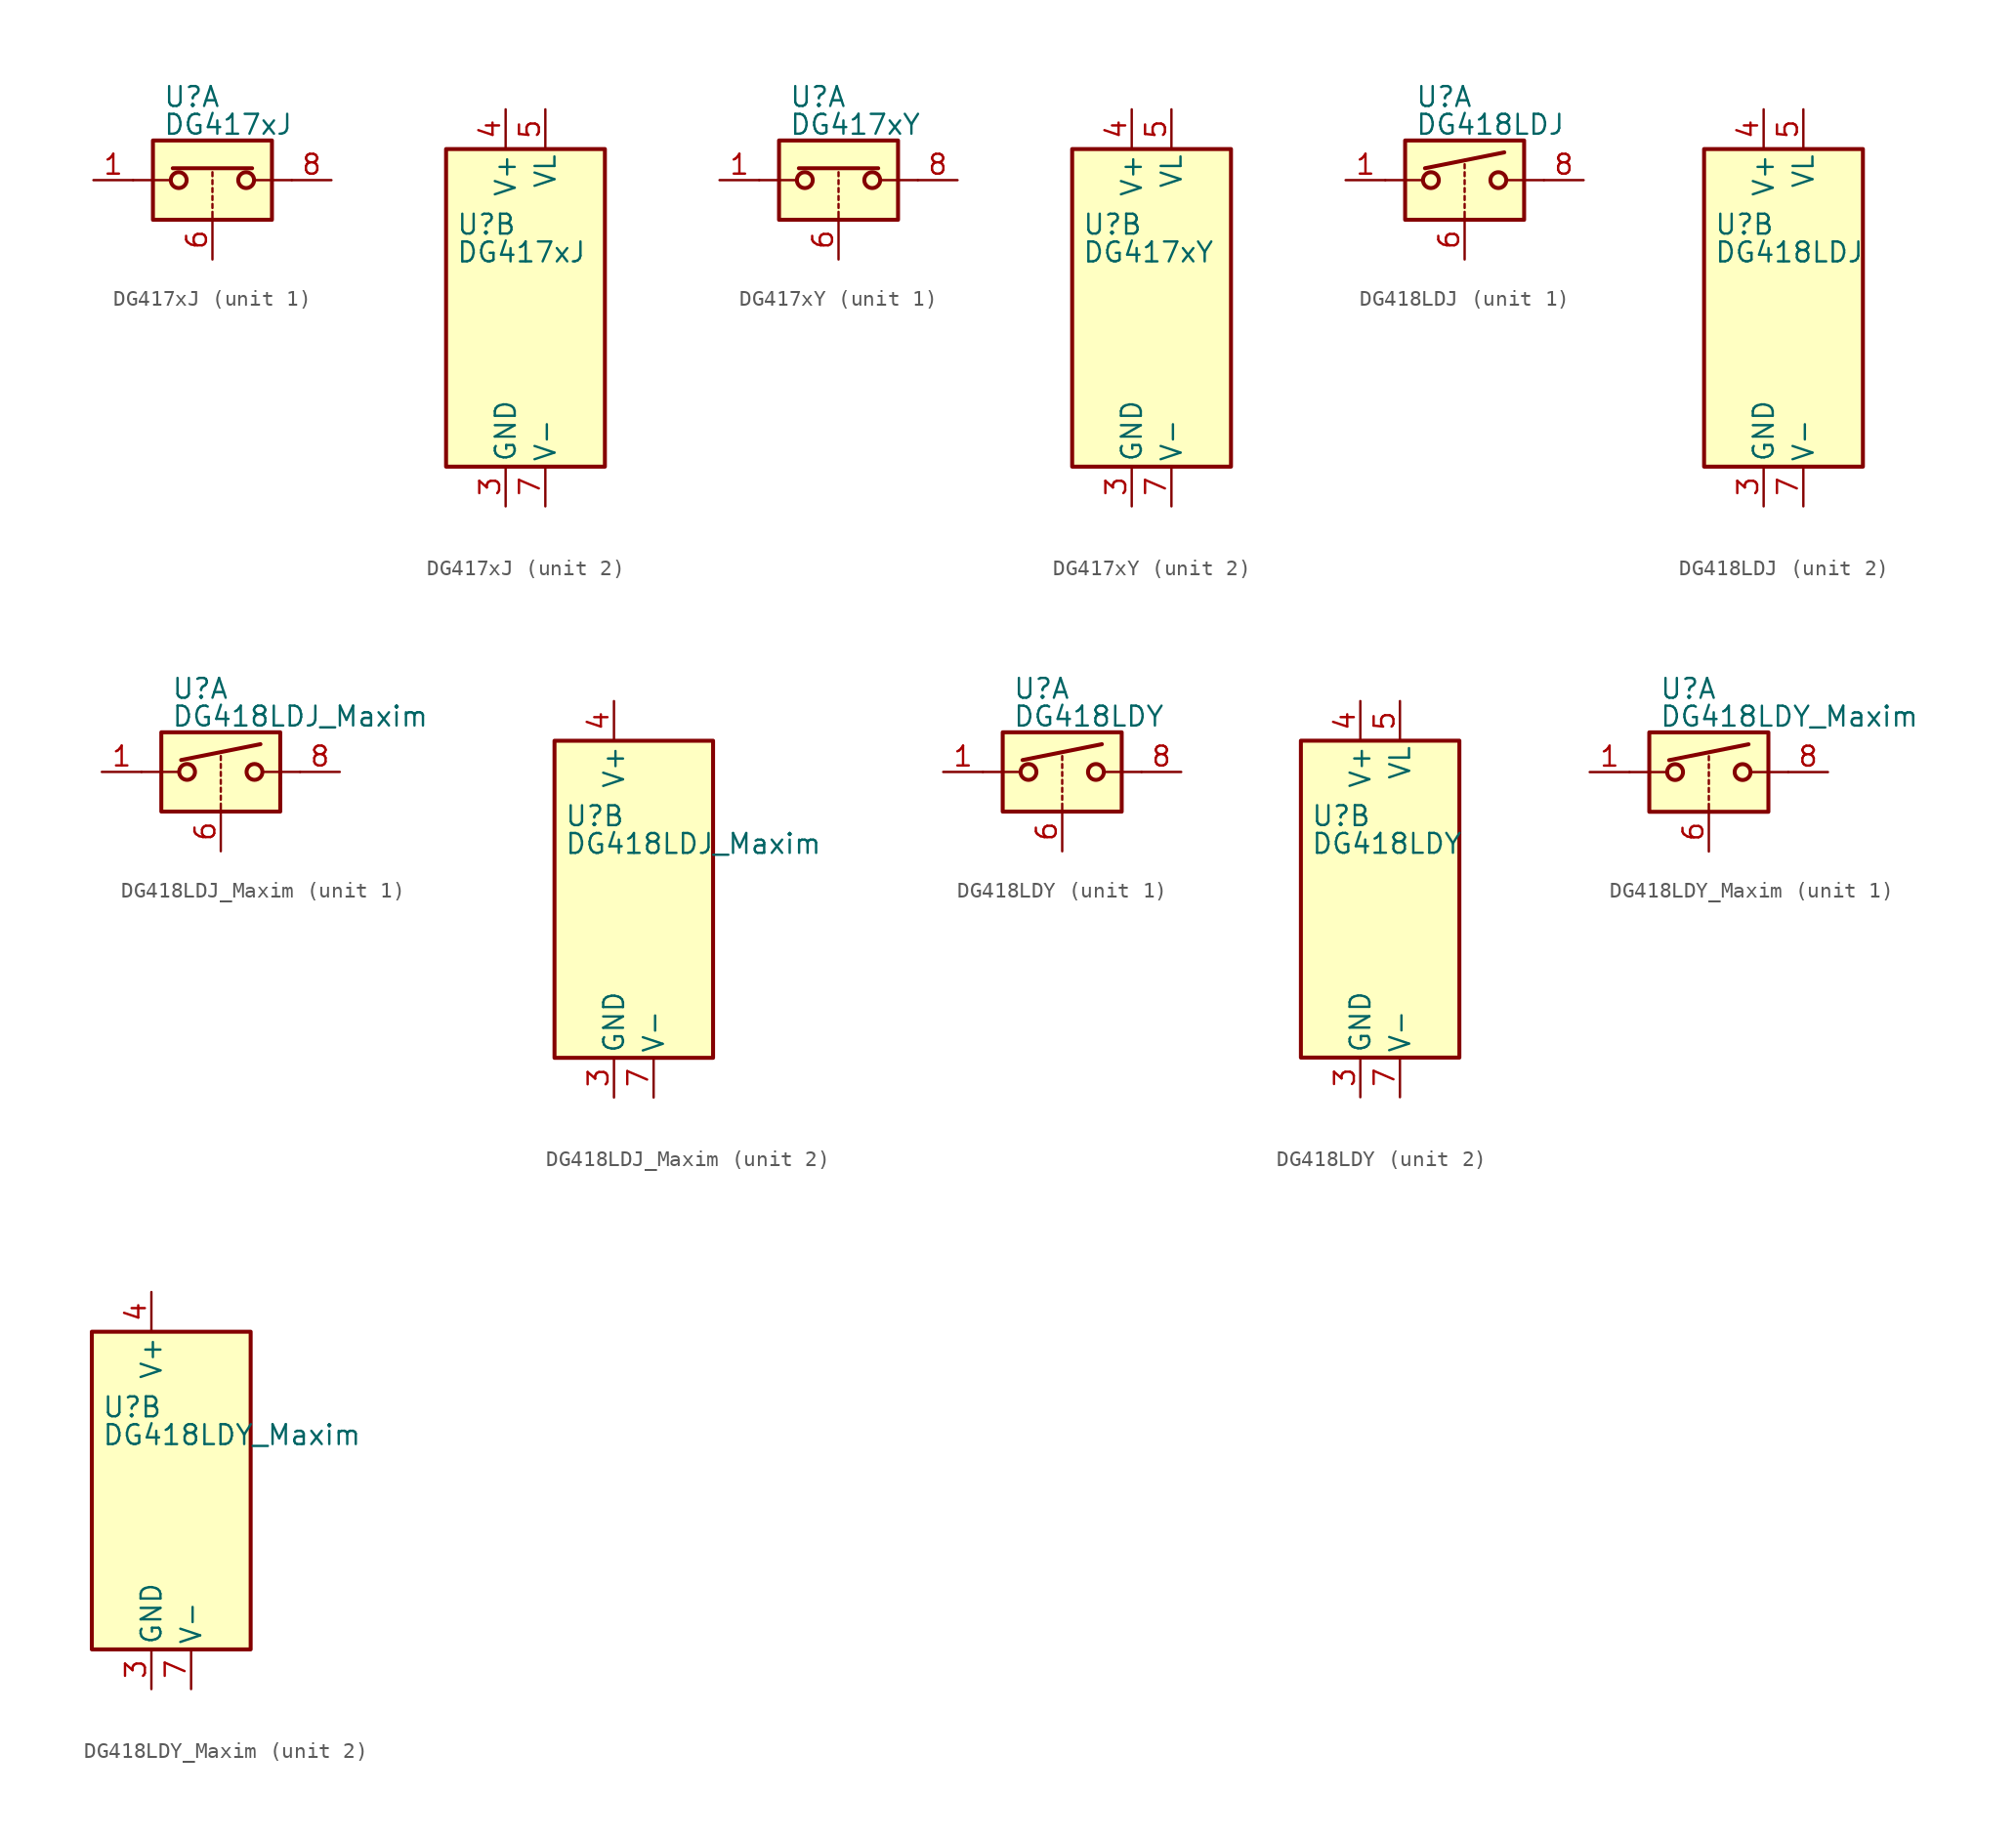
<source format=kicad_sym>
(kicad_symbol_lib
  (version 20220914)
  (generator kicad_symbol_editor)
  (symbol "DG417xJ"
    (pin_names
      (offset 0.254))
    (property "Reference" "U"
      (at -3.175 5.334 0)
      (effects (font (size 1.27 1.27)) (justify left)))
    (property "Value" "DG417xJ"
      (at -3.175 3.556 0)
      (effects (font (size 1.27 1.27)) (justify left)))
    (symbol "DG417xJ_1_1"
      (rectangle (start -3.81 2.54) (end 3.81 -2.54) (stroke (width 0.254) (type default)) (fill (type background)))
      (circle (center -2.159 0) (radius 0.508) (stroke (width 0.254) (type default)) (fill (type none)))
      (polyline (pts (xy -5.08 0) (xy -2.794 0)) (stroke (width 0) (type default)) (fill (type none)))
      (polyline (pts (xy -2.54 0.762) (xy 2.54 0.762)) (stroke (width 0.254) (type default)) (fill (type none)))
      (polyline (pts (xy 0 -2.54) (xy 0 -2.032)) (stroke (width 0) (type default)) (fill (type none)))
      (polyline (pts (xy 0 -1.778) (xy 0 -1.524)) (stroke (width 0) (type default)) (fill (type none)))
      (polyline (pts (xy 0 -1.27) (xy 0 -1.016)) (stroke (width 0) (type default)) (fill (type none)))
      (polyline (pts (xy 0 -0.762) (xy 0 -0.508)) (stroke (width 0) (type default)) (fill (type none)))
      (polyline (pts (xy 0 -0.254) (xy 0 0)) (stroke (width 0) (type default)) (fill (type none)))
      (polyline (pts (xy 0 0.254) (xy 0 0.508)) (stroke (width 0) (type default)) (fill (type none)))
      (polyline (pts (xy 5.08 0) (xy 2.794 0)) (stroke (width 0) (type default)) (fill (type none)))
      (circle (center 2.159 0) (radius 0.508) (stroke (width 0.254) (type default)) (fill (type none)))
      (pin passive line (at -7.62 0 0) (length 2.54) (name "~" (effects (font (size 1.27 1.27)))) (number "1" (effects (font (size 1.27 1.27)))))
      (pin input line (at 0 -5.08 90) (length 2.54) (name "~" (effects (font (size 1.27 1.27)))) (number "6" (effects (font (size 1.27 1.27)))))
      (pin passive line (at 7.62 0 180) (length 2.54) (name "~" (effects (font (size 1.27 1.27)))) (number "8" (effects (font (size 1.27 1.27))))))
    (symbol "DG417xJ_2_0"
      (pin no_connect line (at -2.54 10.16 270) (length 2.54) hide (name "NC" (effects (font (size 1.27 1.27)))) (number "2" (effects (font (size 1.27 1.27)))))
      (pin power_in line (at 0 -12.7 90) (length 2.54) (name "GND" (effects (font (size 1.27 1.27)))) (number "3" (effects (font (size 1.27 1.27)))))
      (pin power_in line (at 0 12.7 270) (length 2.54) (name "V+" (effects (font (size 1.27 1.27)))) (number "4" (effects (font (size 1.27 1.27)))))
      (pin power_in line (at 2.54 12.7 270) (length 2.54) (name "VL" (effects (font (size 1.27 1.27)))) (number "5" (effects (font (size 1.27 1.27)))))
      (pin power_in line (at 2.54 -12.7 90) (length 2.54) (name "V-" (effects (font (size 1.27 1.27)))) (number "7" (effects (font (size 1.27 1.27))))))
    (symbol "DG417xJ_2_1"
      (rectangle (start -3.81 10.16) (end 6.35 -10.16) (stroke (width 0.254) (type default)) (fill (type background)))))
  (symbol "DG417xY"
    (pin_names
      (offset 0.254))
    (property "Reference" "U"
      (at -3.175 5.334 0)
      (effects (font (size 1.27 1.27)) (justify left)))
    (property "Value" "DG417xY"
      (at -3.175 3.556 0)
      (effects (font (size 1.27 1.27)) (justify left)))
    (symbol "DG417xY_1_1"
      (rectangle (start -3.81 2.54) (end 3.81 -2.54) (stroke (width 0.254) (type default)) (fill (type background)))
      (circle (center -2.159 0) (radius 0.508) (stroke (width 0.254) (type default)) (fill (type none)))
      (polyline (pts (xy -5.08 0) (xy -2.794 0)) (stroke (width 0) (type default)) (fill (type none)))
      (polyline (pts (xy -2.54 0.762) (xy 2.54 0.762)) (stroke (width 0.254) (type default)) (fill (type none)))
      (polyline (pts (xy 0 -2.54) (xy 0 -2.032)) (stroke (width 0) (type default)) (fill (type none)))
      (polyline (pts (xy 0 -1.778) (xy 0 -1.524)) (stroke (width 0) (type default)) (fill (type none)))
      (polyline (pts (xy 0 -1.27) (xy 0 -1.016)) (stroke (width 0) (type default)) (fill (type none)))
      (polyline (pts (xy 0 -0.762) (xy 0 -0.508)) (stroke (width 0) (type default)) (fill (type none)))
      (polyline (pts (xy 0 -0.254) (xy 0 0)) (stroke (width 0) (type default)) (fill (type none)))
      (polyline (pts (xy 0 0.254) (xy 0 0.508)) (stroke (width 0) (type default)) (fill (type none)))
      (polyline (pts (xy 5.08 0) (xy 2.794 0)) (stroke (width 0) (type default)) (fill (type none)))
      (circle (center 2.159 0) (radius 0.508) (stroke (width 0.254) (type default)) (fill (type none)))
      (pin passive line (at -7.62 0 0) (length 2.54) (name "~" (effects (font (size 1.27 1.27)))) (number "1" (effects (font (size 1.27 1.27)))))
      (pin input line (at 0 -5.08 90) (length 2.54) (name "~" (effects (font (size 1.27 1.27)))) (number "6" (effects (font (size 1.27 1.27)))))
      (pin passive line (at 7.62 0 180) (length 2.54) (name "~" (effects (font (size 1.27 1.27)))) (number "8" (effects (font (size 1.27 1.27))))))
    (symbol "DG417xY_2_0"
      (pin no_connect line (at -2.54 10.16 270) (length 2.54) hide (name "NC" (effects (font (size 1.27 1.27)))) (number "2" (effects (font (size 1.27 1.27)))))
      (pin power_in line (at 0 -12.7 90) (length 2.54) (name "GND" (effects (font (size 1.27 1.27)))) (number "3" (effects (font (size 1.27 1.27)))))
      (pin power_in line (at 0 12.7 270) (length 2.54) (name "V+" (effects (font (size 1.27 1.27)))) (number "4" (effects (font (size 1.27 1.27)))))
      (pin power_in line (at 2.54 12.7 270) (length 2.54) (name "VL" (effects (font (size 1.27 1.27)))) (number "5" (effects (font (size 1.27 1.27)))))
      (pin power_in line (at 2.54 -12.7 90) (length 2.54) (name "V-" (effects (font (size 1.27 1.27)))) (number "7" (effects (font (size 1.27 1.27))))))
    (symbol "DG417xY_2_1"
      (rectangle (start -3.81 10.16) (end 6.35 -10.16) (stroke (width 0.254) (type default)) (fill (type background)))))
  (symbol "DG418LDJ"
    (pin_names
      (offset 0.254))
    (property "Reference" "U"
      (at -3.175 5.334 0)
      (effects (font (size 1.27 1.27)) (justify left)))
    (property "Value" "DG418LDJ"
      (at -3.175 3.556 0)
      (effects (font (size 1.27 1.27)) (justify left)))
    (symbol "DG418LDJ_1_1"
      (rectangle (start -3.81 2.54) (end 3.81 -2.54) (stroke (width 0.254) (type default)) (fill (type background)))
      (circle (center -2.159 0) (radius 0.508) (stroke (width 0.254) (type default)) (fill (type none)))
      (polyline (pts (xy -5.08 0) (xy -2.794 0)) (stroke (width 0) (type default)) (fill (type none)))
      (polyline (pts (xy -2.54 0.762) (xy 2.54 1.778)) (stroke (width 0.254) (type default)) (fill (type none)))
      (polyline (pts (xy 0 -2.54) (xy 0 -2.032)) (stroke (width 0) (type default)) (fill (type none)))
      (polyline (pts (xy 0 -1.778) (xy 0 -1.524)) (stroke (width 0) (type default)) (fill (type none)))
      (polyline (pts (xy 0 -1.27) (xy 0 -1.016)) (stroke (width 0) (type default)) (fill (type none)))
      (polyline (pts (xy 0 -0.762) (xy 0 -0.508)) (stroke (width 0) (type default)) (fill (type none)))
      (polyline (pts (xy 0 -0.254) (xy 0 0)) (stroke (width 0) (type default)) (fill (type none)))
      (polyline (pts (xy 0 0.254) (xy 0 0.508)) (stroke (width 0) (type default)) (fill (type none)))
      (polyline (pts (xy 0 0.762) (xy 0 1.016)) (stroke (width 0) (type default)) (fill (type none)))
      (polyline (pts (xy 5.08 0) (xy 2.794 0)) (stroke (width 0) (type default)) (fill (type none)))
      (circle (center 2.159 0) (radius 0.508) (stroke (width 0.254) (type default)) (fill (type none)))
      (pin passive line (at -7.62 0 0) (length 2.54) (name "~" (effects (font (size 1.27 1.27)))) (number "1" (effects (font (size 1.27 1.27)))))
      (pin input line (at 0 -5.08 90) (length 2.54) (name "~" (effects (font (size 1.27 1.27)))) (number "6" (effects (font (size 1.27 1.27)))))
      (pin passive line (at 7.62 0 180) (length 2.54) (name "~" (effects (font (size 1.27 1.27)))) (number "8" (effects (font (size 1.27 1.27))))))
    (symbol "DG418LDJ_2_0"
      (pin no_connect line (at -2.54 10.16 270) (length 2.54) hide (name "NC" (effects (font (size 1.27 1.27)))) (number "2" (effects (font (size 1.27 1.27)))))
      (pin power_in line (at 0 -12.7 90) (length 2.54) (name "GND" (effects (font (size 1.27 1.27)))) (number "3" (effects (font (size 1.27 1.27)))))
      (pin power_in line (at 0 12.7 270) (length 2.54) (name "V+" (effects (font (size 1.27 1.27)))) (number "4" (effects (font (size 1.27 1.27)))))
      (pin power_in line (at 2.54 12.7 270) (length 2.54) (name "VL" (effects (font (size 1.27 1.27)))) (number "5" (effects (font (size 1.27 1.27)))))
      (pin power_in line (at 2.54 -12.7 90) (length 2.54) (name "V-" (effects (font (size 1.27 1.27)))) (number "7" (effects (font (size 1.27 1.27))))))
    (symbol "DG418LDJ_2_1"
      (rectangle (start -3.81 10.16) (end 6.35 -10.16) (stroke (width 0.254) (type default)) (fill (type background)))))
  (symbol "DG418LDJ_Maxim"
    (pin_names
      (offset 0.254))
    (property "Reference" "U"
      (at -3.175 5.334 0)
      (effects (font (size 1.27 1.27)) (justify left)))
    (property "Value" "DG418LDJ_Maxim"
      (at -3.175 3.556 0)
      (effects (font (size 1.27 1.27)) (justify left)))
    (symbol "DG418LDJ_Maxim_1_1"
      (rectangle (start -3.81 2.54) (end 3.81 -2.54) (stroke (width 0.254) (type default)) (fill (type background)))
      (circle (center -2.159 0) (radius 0.508) (stroke (width 0.254) (type default)) (fill (type none)))
      (polyline (pts (xy -5.08 0) (xy -2.794 0)) (stroke (width 0) (type default)) (fill (type none)))
      (polyline (pts (xy -2.54 0.762) (xy 2.54 1.778)) (stroke (width 0.254) (type default)) (fill (type none)))
      (polyline (pts (xy 0 -2.54) (xy 0 -2.032)) (stroke (width 0) (type default)) (fill (type none)))
      (polyline (pts (xy 0 -1.778) (xy 0 -1.524)) (stroke (width 0) (type default)) (fill (type none)))
      (polyline (pts (xy 0 -1.27) (xy 0 -1.016)) (stroke (width 0) (type default)) (fill (type none)))
      (polyline (pts (xy 0 -0.762) (xy 0 -0.508)) (stroke (width 0) (type default)) (fill (type none)))
      (polyline (pts (xy 0 -0.254) (xy 0 0)) (stroke (width 0) (type default)) (fill (type none)))
      (polyline (pts (xy 0 0.254) (xy 0 0.508)) (stroke (width 0) (type default)) (fill (type none)))
      (polyline (pts (xy 0 0.762) (xy 0 1.016)) (stroke (width 0) (type default)) (fill (type none)))
      (polyline (pts (xy 5.08 0) (xy 2.794 0)) (stroke (width 0) (type default)) (fill (type none)))
      (circle (center 2.159 0) (radius 0.508) (stroke (width 0.254) (type default)) (fill (type none)))
      (pin passive line (at -7.62 0 0) (length 2.54) (name "~" (effects (font (size 1.27 1.27)))) (number "1" (effects (font (size 1.27 1.27)))))
      (pin input line (at 0 -5.08 90) (length 2.54) (name "~" (effects (font (size 1.27 1.27)))) (number "6" (effects (font (size 1.27 1.27)))))
      (pin passive line (at 7.62 0 180) (length 2.54) (name "~" (effects (font (size 1.27 1.27)))) (number "8" (effects (font (size 1.27 1.27))))))
    (symbol "DG418LDJ_Maxim_2_0"
      (pin no_connect line (at -2.54 10.16 270) (length 2.54) hide (name "NC" (effects (font (size 1.27 1.27)))) (number "2" (effects (font (size 1.27 1.27)))))
      (pin power_in line (at 0 -12.7 90) (length 2.54) (name "GND" (effects (font (size 1.27 1.27)))) (number "3" (effects (font (size 1.27 1.27)))))
      (pin power_in line (at 0 12.7 270) (length 2.54) (name "V+" (effects (font (size 1.27 1.27)))) (number "4" (effects (font (size 1.27 1.27)))))
      (pin no_connect line (at 2.54 10.16 270) (length 2.54) hide (name "NC" (effects (font (size 1.27 1.27)))) (number "5" (effects (font (size 1.27 1.27)))))
      (pin power_in line (at 2.54 -12.7 90) (length 2.54) (name "V-" (effects (font (size 1.27 1.27)))) (number "7" (effects (font (size 1.27 1.27))))))
    (symbol "DG418LDJ_Maxim_2_1"
      (rectangle (start -3.81 10.16) (end 6.35 -10.16) (stroke (width 0.254) (type default)) (fill (type background)))))
  (symbol "DG418LDY"
    (pin_names
      (offset 0.254))
    (property "Reference" "U"
      (at -3.175 5.334 0)
      (effects (font (size 1.27 1.27)) (justify left)))
    (property "Value" "DG418LDY"
      (at -3.175 3.556 0)
      (effects (font (size 1.27 1.27)) (justify left)))
    (symbol "DG418LDY_1_1"
      (rectangle (start -3.81 2.54) (end 3.81 -2.54) (stroke (width 0.254) (type default)) (fill (type background)))
      (circle (center -2.159 0) (radius 0.508) (stroke (width 0.254) (type default)) (fill (type none)))
      (polyline (pts (xy -5.08 0) (xy -2.794 0)) (stroke (width 0) (type default)) (fill (type none)))
      (polyline (pts (xy -2.54 0.762) (xy 2.54 1.778)) (stroke (width 0.254) (type default)) (fill (type none)))
      (polyline (pts (xy 0 -2.54) (xy 0 -2.032)) (stroke (width 0) (type default)) (fill (type none)))
      (polyline (pts (xy 0 -1.778) (xy 0 -1.524)) (stroke (width 0) (type default)) (fill (type none)))
      (polyline (pts (xy 0 -1.27) (xy 0 -1.016)) (stroke (width 0) (type default)) (fill (type none)))
      (polyline (pts (xy 0 -0.762) (xy 0 -0.508)) (stroke (width 0) (type default)) (fill (type none)))
      (polyline (pts (xy 0 -0.254) (xy 0 0)) (stroke (width 0) (type default)) (fill (type none)))
      (polyline (pts (xy 0 0.254) (xy 0 0.508)) (stroke (width 0) (type default)) (fill (type none)))
      (polyline (pts (xy 0 0.762) (xy 0 1.016)) (stroke (width 0) (type default)) (fill (type none)))
      (polyline (pts (xy 5.08 0) (xy 2.794 0)) (stroke (width 0) (type default)) (fill (type none)))
      (circle (center 2.159 0) (radius 0.508) (stroke (width 0.254) (type default)) (fill (type none)))
      (pin passive line (at -7.62 0 0) (length 2.54) (name "~" (effects (font (size 1.27 1.27)))) (number "1" (effects (font (size 1.27 1.27)))))
      (pin input line (at 0 -5.08 90) (length 2.54) (name "~" (effects (font (size 1.27 1.27)))) (number "6" (effects (font (size 1.27 1.27)))))
      (pin passive line (at 7.62 0 180) (length 2.54) (name "~" (effects (font (size 1.27 1.27)))) (number "8" (effects (font (size 1.27 1.27))))))
    (symbol "DG418LDY_2_0"
      (pin no_connect line (at -2.54 10.16 270) (length 2.54) hide (name "NC" (effects (font (size 1.27 1.27)))) (number "2" (effects (font (size 1.27 1.27)))))
      (pin power_in line (at 0 -12.7 90) (length 2.54) (name "GND" (effects (font (size 1.27 1.27)))) (number "3" (effects (font (size 1.27 1.27)))))
      (pin power_in line (at 0 12.7 270) (length 2.54) (name "V+" (effects (font (size 1.27 1.27)))) (number "4" (effects (font (size 1.27 1.27)))))
      (pin power_in line (at 2.54 12.7 270) (length 2.54) (name "VL" (effects (font (size 1.27 1.27)))) (number "5" (effects (font (size 1.27 1.27)))))
      (pin power_in line (at 2.54 -12.7 90) (length 2.54) (name "V-" (effects (font (size 1.27 1.27)))) (number "7" (effects (font (size 1.27 1.27))))))
    (symbol "DG418LDY_2_1"
      (rectangle (start -3.81 10.16) (end 6.35 -10.16) (stroke (width 0.254) (type default)) (fill (type background)))))
  (symbol "DG418LDY_Maxim"
    (pin_names
      (offset 0.254))
    (property "Reference" "U"
      (at -3.175 5.334 0)
      (effects (font (size 1.27 1.27)) (justify left)))
    (property "Value" "DG418LDY_Maxim"
      (at -3.175 3.556 0)
      (effects (font (size 1.27 1.27)) (justify left)))
    (symbol "DG418LDY_Maxim_1_1"
      (rectangle (start -3.81 2.54) (end 3.81 -2.54) (stroke (width 0.254) (type default)) (fill (type background)))
      (circle (center -2.159 0) (radius 0.508) (stroke (width 0.254) (type default)) (fill (type none)))
      (polyline (pts (xy -5.08 0) (xy -2.794 0)) (stroke (width 0) (type default)) (fill (type none)))
      (polyline (pts (xy -2.54 0.762) (xy 2.54 1.778)) (stroke (width 0.254) (type default)) (fill (type none)))
      (polyline (pts (xy 0 -2.54) (xy 0 -2.032)) (stroke (width 0) (type default)) (fill (type none)))
      (polyline (pts (xy 0 -1.778) (xy 0 -1.524)) (stroke (width 0) (type default)) (fill (type none)))
      (polyline (pts (xy 0 -1.27) (xy 0 -1.016)) (stroke (width 0) (type default)) (fill (type none)))
      (polyline (pts (xy 0 -0.762) (xy 0 -0.508)) (stroke (width 0) (type default)) (fill (type none)))
      (polyline (pts (xy 0 -0.254) (xy 0 0)) (stroke (width 0) (type default)) (fill (type none)))
      (polyline (pts (xy 0 0.254) (xy 0 0.508)) (stroke (width 0) (type default)) (fill (type none)))
      (polyline (pts (xy 0 0.762) (xy 0 1.016)) (stroke (width 0) (type default)) (fill (type none)))
      (polyline (pts (xy 5.08 0) (xy 2.794 0)) (stroke (width 0) (type default)) (fill (type none)))
      (circle (center 2.159 0) (radius 0.508) (stroke (width 0.254) (type default)) (fill (type none)))
      (pin passive line (at -7.62 0 0) (length 2.54) (name "~" (effects (font (size 1.27 1.27)))) (number "1" (effects (font (size 1.27 1.27)))))
      (pin input line (at 0 -5.08 90) (length 2.54) (name "~" (effects (font (size 1.27 1.27)))) (number "6" (effects (font (size 1.27 1.27)))))
      (pin passive line (at 7.62 0 180) (length 2.54) (name "~" (effects (font (size 1.27 1.27)))) (number "8" (effects (font (size 1.27 1.27))))))
    (symbol "DG418LDY_Maxim_2_0"
      (pin no_connect line (at -2.54 10.16 270) (length 2.54) hide (name "NC" (effects (font (size 1.27 1.27)))) (number "2" (effects (font (size 1.27 1.27)))))
      (pin power_in line (at 0 -12.7 90) (length 2.54) (name "GND" (effects (font (size 1.27 1.27)))) (number "3" (effects (font (size 1.27 1.27)))))
      (pin power_in line (at 0 12.7 270) (length 2.54) (name "V+" (effects (font (size 1.27 1.27)))) (number "4" (effects (font (size 1.27 1.27)))))
      (pin no_connect line (at 2.54 10.16 270) (length 2.54) hide (name "NC" (effects (font (size 1.27 1.27)))) (number "5" (effects (font (size 1.27 1.27)))))
      (pin power_in line (at 2.54 -12.7 90) (length 2.54) (name "V-" (effects (font (size 1.27 1.27)))) (number "7" (effects (font (size 1.27 1.27))))))
    (symbol "DG418LDY_Maxim_2_1"
      (rectangle (start -3.81 10.16) (end 6.35 -10.16) (stroke (width 0.254) (type default)) (fill (type background))))))
</source>
